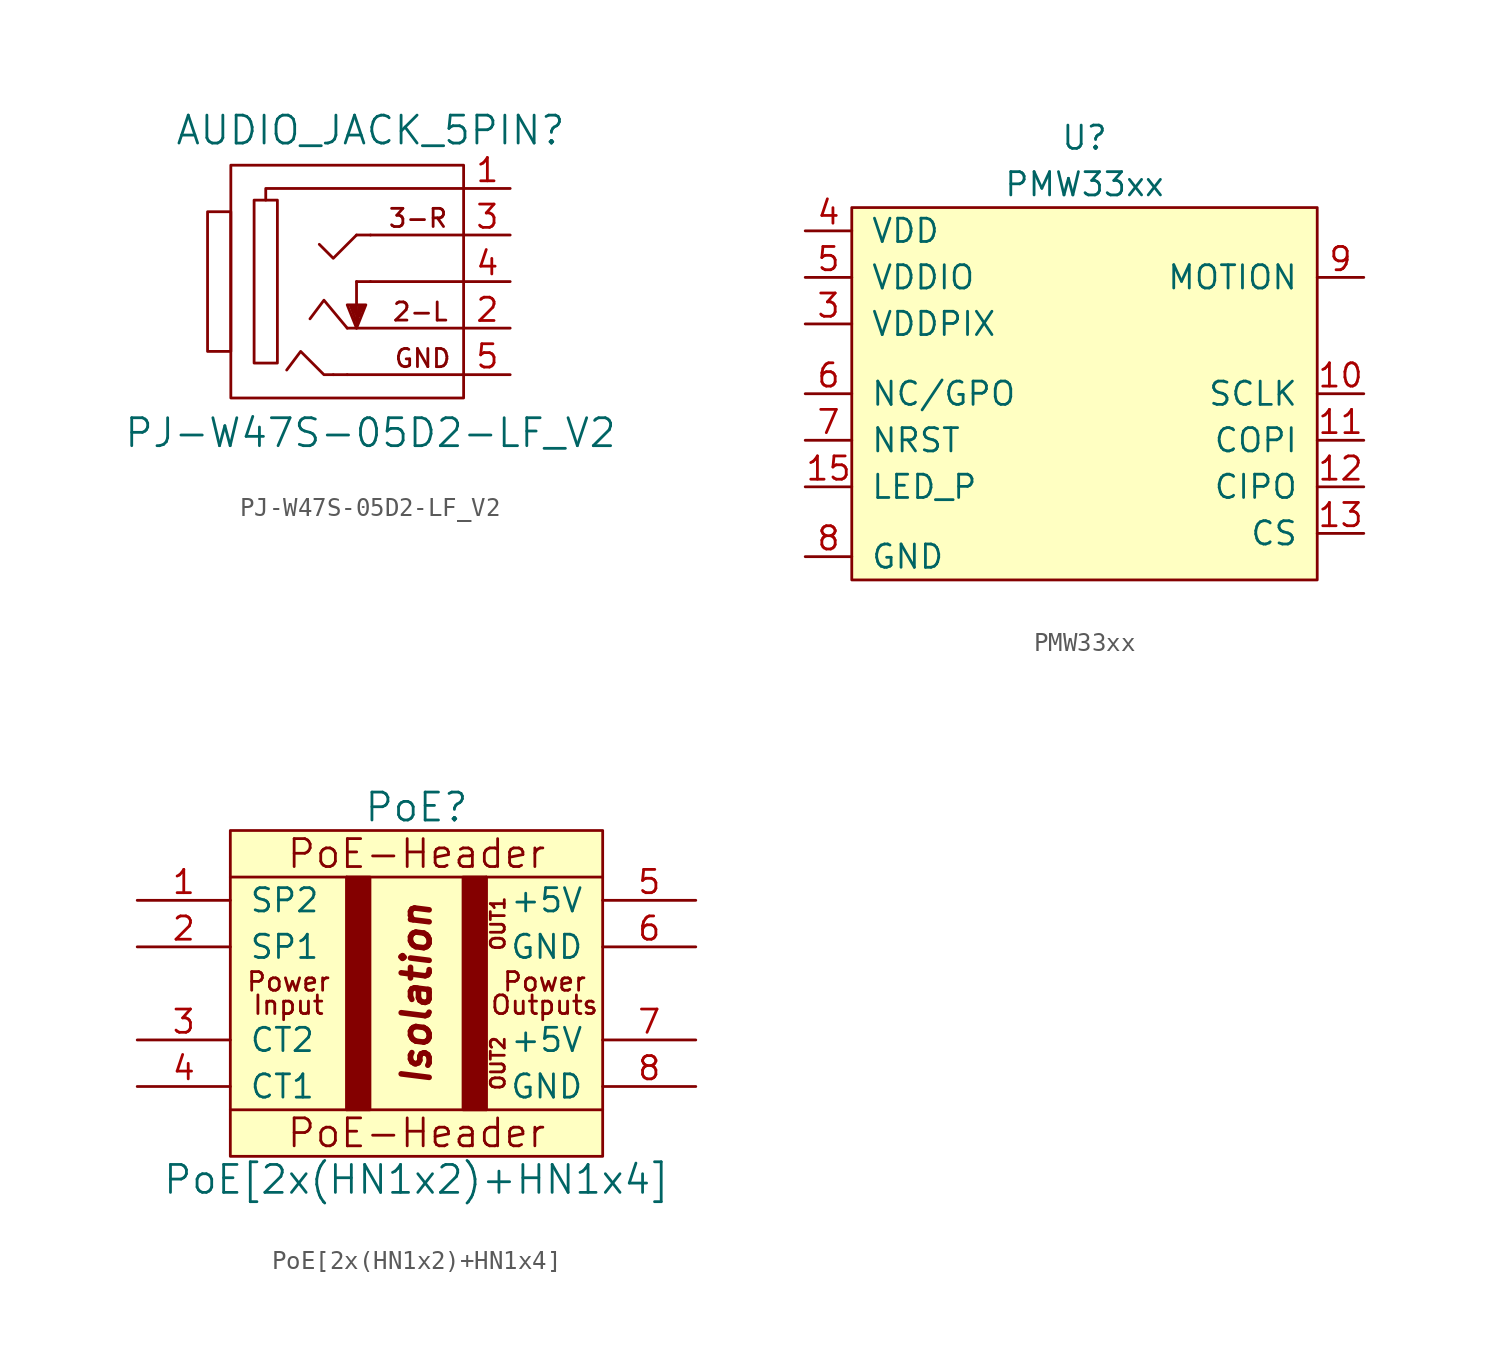
<source format=kicad_sym>
(kicad_symbol_lib
  (version 20231120)
  (generator "kicad_symbol_editor")
  (generator_version "8.0")
  (symbol "PJ-W47S-05D2-LF_V2"
    (pin_names
      (offset 1.016))
    (property "Reference" "AUDIO_JACK_5PIN"
      (at 0 8.255 0)
      (effects (font (size 1.524 1.524))))
    (property "Value" "PJ-W47S-05D2-LF_V2"
      (at 0 -8.255 0)
      (effects (font (size 1.524 1.524))))
    (property "Footprint" ""
      (at 0 0 0)
      (effects (font (size 1.524 1.524))))
    (property "Datasheet" ""
      (at 0 0 0)
      (effects (font (size 1.524 1.524))))
    (symbol "PJ-W47S-05D2-LF_V2_0_0"
      (text "2-L" (at 2.718 -1.651 0) (effects (font (size 0.991 0.991))))
      (text "3-R" (at 2.591 3.454 0) (effects (font (size 0.991 0.991))))
      (text "GND" (at 2.845 -4.191 0) (effects (font (size 0.991 0.991)))))
    (symbol "PJ-W47S-05D2-LF_V2_0_1"
      (rectangle (start -8.89 -3.81) (end -7.62 3.81) (stroke (width 0) (type solid)) (fill (type none)))
      (rectangle (start -6.35 -4.445) (end -5.08 4.445) (stroke (width 0) (type solid)) (fill (type none)))
      (polyline (pts (xy -1.27 -5.08) (xy -2.032 -5.08)) (stroke (width 0) (type solid)) (fill (type none)))
      (polyline (pts (xy -1.092 -1.321) (xy -0.813 -2.108)) (stroke (width 0) (type solid)) (fill (type none)))
      (polyline (pts (xy -0.965 -1.372) (xy -0.787 -1.778)) (stroke (width 0) (type solid)) (fill (type none)))
      (polyline (pts (xy -0.838 -1.676) (xy -0.864 -1.372)) (stroke (width 0) (type solid)) (fill (type none)))
      (polyline (pts (xy -0.762 0) (xy -0.762 -2.54)) (stroke (width 0) (type solid)) (fill (type none)))
      (polyline (pts (xy -0.635 -1.397) (xy -0.711 -2.184)) (stroke (width 0) (type solid)) (fill (type none)))
      (polyline (pts (xy -0.483 -1.321) (xy -0.61 -1.88)) (stroke (width 0) (type solid)) (fill (type none)))
      (polyline (pts (xy -0.457 -1.346) (xy -0.584 -1.346)) (stroke (width 0) (type solid)) (fill (type none)))
      (polyline (pts (xy -0.356 -1.372) (xy -0.533 -1.626)) (stroke (width 0) (type solid)) (fill (type none)))
      (polyline (pts (xy 0 0) (xy -0.762 0)) (stroke (width 0) (type solid)) (fill (type none)))
      (polyline (pts (xy 0 2.54) (xy -0.762 2.54)) (stroke (width 0) (type solid)) (fill (type none)))
      (polyline (pts (xy 5.08 -5.08) (xy -1.27 -5.08)) (stroke (width 0) (type solid)) (fill (type none)))
      (polyline (pts (xy 5.08 -2.54) (xy -1.27 -2.54)) (stroke (width 0) (type solid)) (fill (type none)))
      (polyline (pts (xy 5.08 0) (xy 0 0)) (stroke (width 0) (type solid)) (fill (type none)))
      (polyline (pts (xy 5.08 2.54) (xy 0 2.54)) (stroke (width 0) (type solid)) (fill (type none)))
      (polyline (pts (xy -1.27 -2.54) (xy -2.54 -1.016) (xy -3.302 -2.032)) (stroke (width 0) (type solid)) (fill (type none)))
      (polyline (pts (xy -0.762 2.54) (xy -2.032 1.27) (xy -2.794 2.032)) (stroke (width 0) (type solid)) (fill (type none)))
      (polyline (pts (xy 5.08 5.08) (xy -5.715 5.08) (xy -5.715 4.445)) (stroke (width 0) (type solid)) (fill (type none)))
      (polyline (pts (xy -2.032 -5.08) (xy -2.54 -5.08) (xy -3.81 -3.81) (xy -4.572 -4.826)) (stroke (width 0) (type solid)) (fill (type none)))
      (polyline (pts (xy -0.762 -2.54) (xy -1.27 -1.27) (xy -0.254 -1.27) (xy -0.762 -2.54)) (stroke (width 0) (type solid)) (fill (type none)))
      (rectangle (start 5.08 6.35) (end -7.62 -6.35) (stroke (width 0) (type solid)) (fill (type none))))
    (symbol "PJ-W47S-05D2-LF_V2_1_1"
      (pin bidirectional line (at 7.62 5.08 180) (length 2.489) (name "~" (effects (font (size 1.27 1.27)))) (number "1" (effects (font (size 1.27 1.27)))))
      (pin bidirectional line (at 7.62 -2.54 180) (length 2.489) (name "~" (effects (font (size 1.27 1.27)))) (number "2" (effects (font (size 1.27 1.27)))))
      (pin bidirectional line (at 7.62 2.54 180) (length 2.489) (name "~" (effects (font (size 1.27 1.27)))) (number "3" (effects (font (size 1.27 1.27)))))
      (pin bidirectional line (at 7.62 0 180) (length 2.489) (name "~" (effects (font (size 1.27 1.27)))) (number "4" (effects (font (size 1.27 1.27)))))
      (pin power_in line (at 7.62 -5.08 180) (length 2.489) (name "~" (effects (font (size 1.27 1.27)))) (number "5" (effects (font (size 1.27 1.27)))))))
  (symbol "PMW33xx"
    (pin_names
      (offset 1.016))
    (property "Reference" "U"
      (at 0 13.97 0)
      (effects (font (size 1.27 1.27))))
    (property "Value" "PMW33xx"
      (at 0 11.43 0)
      (effects (font (size 1.27 1.27))))
    (symbol "PMW33xx_0_1"
      (rectangle (start -12.7 10.16) (end 12.7 -10.16) (stroke (width 0) (type solid)) (fill (type background))))
    (symbol "PMW33xx_1_1"
      (pin input line (at -1.27 2.54 0) (length 2.54) hide (name "NC" (effects (font (size 1.27 1.27)))) (number "1" (effects (font (size 1.27 1.27)))))
      (pin input line (at 15.24 0 180) (length 2.54) (name "SCLK" (effects (font (size 1.27 1.27)))) (number "10" (effects (font (size 1.27 1.27)))))
      (pin input line (at 15.24 -2.54 180) (length 2.54) (name "COPI" (effects (font (size 1.27 1.27)))) (number "11" (effects (font (size 1.27 1.27)))))
      (pin input line (at 15.24 -5.08 180) (length 2.54) (name "CIPO" (effects (font (size 1.27 1.27)))) (number "12" (effects (font (size 1.27 1.27)))))
      (pin input line (at 15.24 -7.62 180) (length 2.54) (name "CS" (effects (font (size 1.27 1.27)))) (number "13" (effects (font (size 1.27 1.27)))))
      (pin input line (at -1.27 3.81 0) (length 2.54) hide (name "NC" (effects (font (size 1.27 1.27)))) (number "14" (effects (font (size 1.27 1.27)))))
      (pin input line (at -15.24 -5.08 0) (length 2.54) (name "LED_P" (effects (font (size 1.27 1.27)))) (number "15" (effects (font (size 1.27 1.27)))))
      (pin input line (at -1.27 5.08 0) (length 2.54) hide (name "NC" (effects (font (size 1.27 1.27)))) (number "16" (effects (font (size 1.27 1.27)))))
      (pin input line (at -1.27 1.27 0) (length 2.54) hide (name "NC" (effects (font (size 1.27 1.27)))) (number "2" (effects (font (size 1.27 1.27)))))
      (pin input line (at -15.24 3.81 0) (length 2.54) (name "VDDPIX" (effects (font (size 1.27 1.27)))) (number "3" (effects (font (size 1.27 1.27)))))
      (pin input line (at -15.24 8.89 0) (length 2.54) (name "VDD" (effects (font (size 1.27 1.27)))) (number "4" (effects (font (size 1.27 1.27)))))
      (pin input line (at -15.24 6.35 0) (length 2.54) (name "VDDIO" (effects (font (size 1.27 1.27)))) (number "5" (effects (font (size 1.27 1.27)))))
      (pin input line (at -15.24 0 0) (length 2.54) (name "NC/GPO" (effects (font (size 1.27 1.27)))) (number "6" (effects (font (size 1.27 1.27)))))
      (pin input line (at -15.24 -2.54 0) (length 2.54) (name "NRST" (effects (font (size 1.27 1.27)))) (number "7" (effects (font (size 1.27 1.27)))))
      (pin input line (at -15.24 -8.89 0) (length 2.54) (name "GND" (effects (font (size 1.27 1.27)))) (number "8" (effects (font (size 1.27 1.27)))))
      (pin input line (at 15.24 6.35 180) (length 2.54) (name "MOTION" (effects (font (size 1.27 1.27)))) (number "9" (effects (font (size 1.27 1.27)))))))
  (symbol "PoE[2x(HN1x2)+HN1x4]"
    (pin_names
      (offset 1.016))
    (property "Reference" "PoE"
      (at 0 10.16 0)
      (effects (font (size 1.524 1.524))))
    (property "Value" "PoE[2x(HN1x2)+HN1x4]"
      (at 0 -10.16 0)
      (effects (font (size 1.524 1.524))))
    (symbol "PoE[2x(HN1x2)+HN1x4]_0_0"
      (polyline (pts (xy -10.16 -6.35) (xy 10.16 -6.35)) (stroke (width 0) (type solid)) (fill (type none)))
      (polyline (pts (xy -10.16 6.35) (xy 10.16 6.35)) (stroke (width 0) (type solid)) (fill (type none)))
      (polyline (pts (xy -3.81 6.35) (xy -3.81 -6.35)) (stroke (width 0) (type solid)) (fill (type outline)))
      (polyline (pts (xy 3.81 6.35) (xy 3.81 -6.35)) (stroke (width 0) (type solid)) (fill (type none)))
      (text "Input" (at -6.985 -0.635 0) (effects (font (size 1.016 1.016))))
      (text "Isolation" (at 0 0 900) (effects (font (size 1.524 1.524) (bold yes) (italic yes))))
      (text "OUT1" (at 4.445 3.81 900) (effects (font (size 0.762 0.762))))
      (text "OUT2" (at 4.445 -3.81 900) (effects (font (size 0.762 0.762))))
      (text "Outputs" (at 6.985 -0.635 0) (effects (font (size 1.016 1.016))))
      (text "PoE-Header" (at 0 -7.62 0) (effects (font (size 1.524 1.524))))
      (text "PoE-Header" (at 0 7.62 0) (effects (font (size 1.524 1.524))))
      (text "Power" (at -6.985 0.635 0) (effects (font (size 1.016 1.016))))
      (text "Power" (at 6.985 0.635 0) (effects (font (size 1.016 1.016)))))
    (symbol "PoE[2x(HN1x2)+HN1x4]_0_1"
      (rectangle (start -10.16 8.89) (end 10.16 -8.89) (stroke (width 0) (type solid)) (fill (type background)))
      (rectangle (start -3.81 6.35) (end -2.54 -6.35) (stroke (width 0) (type solid)) (fill (type outline)))
      (rectangle (start 3.81 6.35) (end 2.54 -6.35) (stroke (width 0) (type solid)) (fill (type outline))))
    (symbol "PoE[2x(HN1x2)+HN1x4]_1_1"
      (pin input line (at -15.24 5.08 0) (length 5.08) (name "SP2" (effects (font (size 1.27 1.27)))) (number "1" (effects (font (size 1.27 1.27)))))
      (pin input line (at -15.24 2.54 0) (length 5.08) (name "SP1" (effects (font (size 1.27 1.27)))) (number "2" (effects (font (size 1.27 1.27)))))
      (pin input line (at -15.24 -2.54 0) (length 5.08) (name "CT2" (effects (font (size 1.27 1.27)))) (number "3" (effects (font (size 1.27 1.27)))))
      (pin input line (at -15.24 -5.08 0) (length 5.08) (name "CT1" (effects (font (size 1.27 1.27)))) (number "4" (effects (font (size 1.27 1.27)))))
      (pin power_out line (at 15.24 5.08 180) (length 5.08) (name "+5V" (effects (font (size 1.27 1.27)))) (number "5" (effects (font (size 1.27 1.27)))))
      (pin power_out line (at 15.24 2.54 180) (length 5.08) (name "GND" (effects (font (size 1.27 1.27)))) (number "6" (effects (font (size 1.27 1.27)))))
      (pin power_out line (at 15.24 -2.54 180) (length 5.08) (name "+5V" (effects (font (size 1.27 1.27)))) (number "7" (effects (font (size 1.27 1.27)))))
      (pin power_out line (at 15.24 -5.08 180) (length 5.08) (name "GND" (effects (font (size 1.27 1.27)))) (number "8" (effects (font (size 1.27 1.27))))))))
</source>
